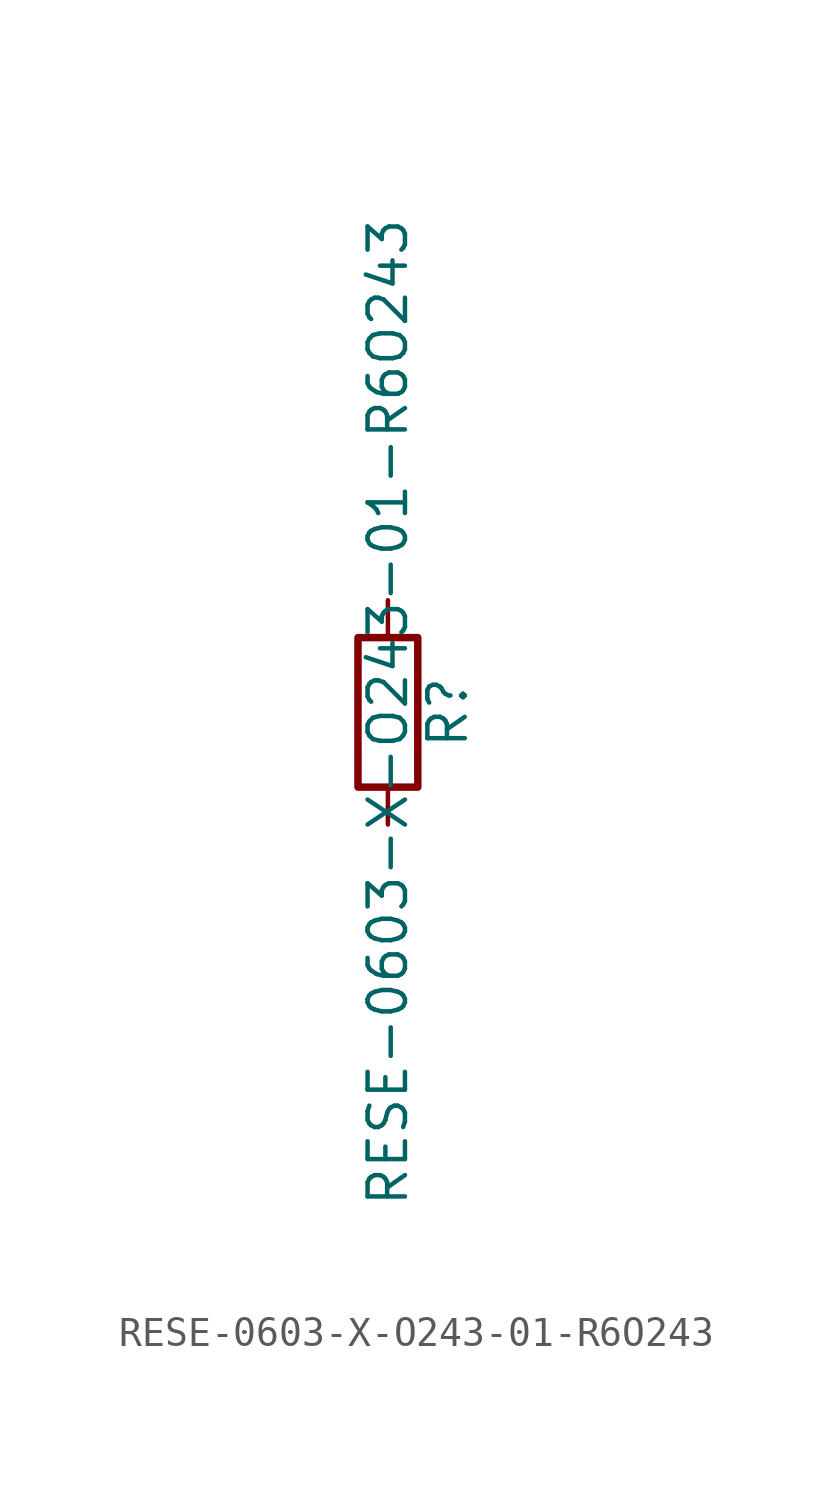
<source format=kicad_sym>
(kicad_symbol_lib
  (version 20211014)
  (generator kicad_symbol_editor)
  (symbol "RESE-0603-X-O243-01-R6O243"
    (pin_numbers hide)
    (pin_names
      (offset 0))
    (property "Reference" "R"
      (at 2.032 0 90)
      (effects (font (size 1.27 1.27))))
    (property "Value" "RESE-0603-X-O243-01-R6O243"
      (at 0 0 90)
      (effects (font (size 1.27 1.27))))
    (symbol "RESE-0603-X-O243-01-R6O243_0_1"
      (rectangle (start -1.016 -2.54) (end 1.016 2.54) (stroke (width 0.254) (type default) (color 0 0 0 0)) (fill (type none))))
    (symbol "RESE-0603-X-O243-01-R6O243_1_1"
      (pin passive line (at 0 3.81 270) (length 1.27) (name "~" (effects (font (size 1.27 1.27)))) (number "1" (effects (font (size 1.27 1.27)))))
      (pin passive line (at 0 -3.81 90) (length 1.27) (name "~" (effects (font (size 1.27 1.27)))) (number "2" (effects (font (size 1.27 1.27))))))))
</source>
